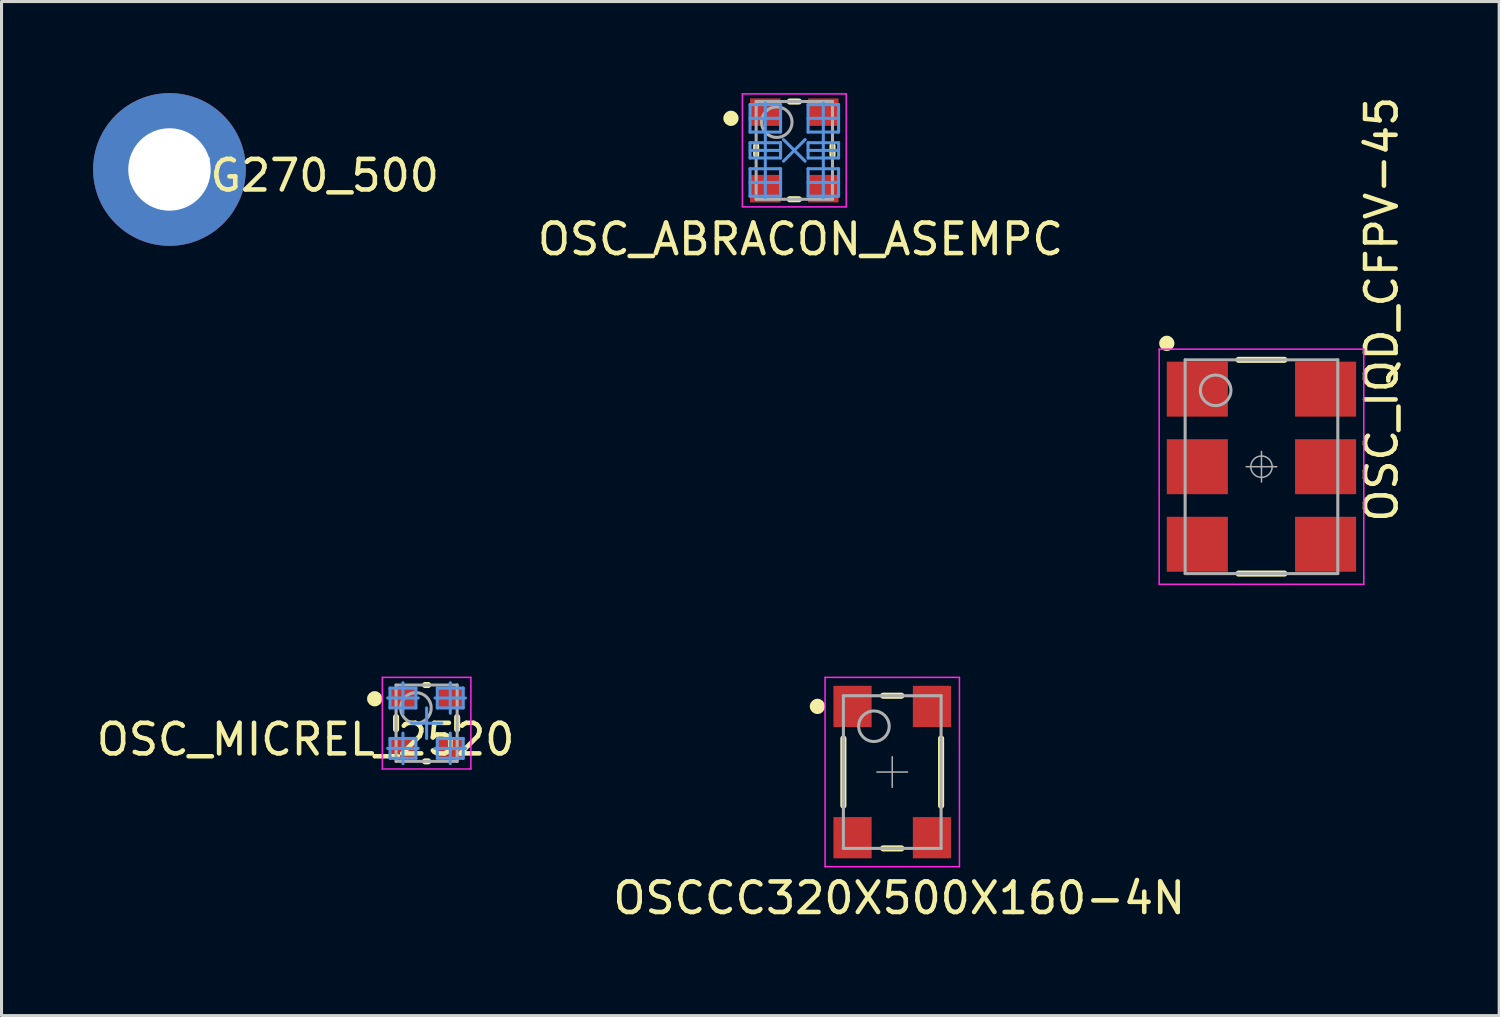
<source format=kicad_pcb>
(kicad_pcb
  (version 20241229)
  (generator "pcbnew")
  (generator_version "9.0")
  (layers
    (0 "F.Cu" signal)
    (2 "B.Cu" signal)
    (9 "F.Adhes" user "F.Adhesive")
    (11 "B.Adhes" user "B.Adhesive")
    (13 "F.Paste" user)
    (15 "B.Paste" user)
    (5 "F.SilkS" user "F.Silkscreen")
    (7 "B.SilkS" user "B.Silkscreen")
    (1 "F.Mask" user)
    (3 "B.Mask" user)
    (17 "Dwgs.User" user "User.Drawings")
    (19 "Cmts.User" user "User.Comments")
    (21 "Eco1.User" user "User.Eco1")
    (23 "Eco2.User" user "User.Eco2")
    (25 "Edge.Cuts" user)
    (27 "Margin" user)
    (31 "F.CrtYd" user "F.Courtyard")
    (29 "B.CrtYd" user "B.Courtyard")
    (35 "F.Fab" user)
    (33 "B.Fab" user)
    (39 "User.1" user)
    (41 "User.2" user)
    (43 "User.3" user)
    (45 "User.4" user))
  (footprint "OSC_IQD_CFPV-45"
    (layer "F.Cu")
    (at 38.262 12.234)
    (property "Reference" "OSC_IQD_CFPV-45" (at 3.937 -5.156 270) (layer "F.SilkS") (effects (font (size 1 1) (thickness 0.15))))
    (attr smd)
    (fp_line (start -0.75 -3.5) (end 0.75 -3.5) (stroke (width 0.2) (type solid)) (layer "F.SilkS"))
    (fp_line (start -0.75 3.5) (end 0.75 3.5) (stroke (width 0.2) (type solid)) (layer "F.SilkS"))
    (fp_circle (center -3.1 -4.04) (end -2.975 -4.04) (stroke (width 0.25) (type solid)) (fill no) (layer "F.SilkS"))
    (fp_line (start -3.35 -3.85) (end 3.35 -3.85) (stroke (width 0.05) (type solid)) (layer "F.CrtYd"))
    (fp_line (start -3.35 3.85) (end -3.35 -3.85) (stroke (width 0.05) (type solid)) (layer "F.CrtYd"))
    (fp_line (start -3.35 3.85) (end 3.35 3.85) (stroke (width 0.05) (type solid)) (layer "F.CrtYd"))
    (fp_line (start 3.35 3.85) (end 3.35 -3.85) (stroke (width 0.05) (type solid)) (layer "F.CrtYd"))
    (fp_line (start -2.5 -3.5) (end 2.5 -3.5) (stroke (width 0.1) (type solid)) (layer "F.Fab"))
    (fp_line (start -2.5 3.5) (end -2.5 -3.5) (stroke (width 0.1) (type solid)) (layer "F.Fab"))
    (fp_line (start -2.5 3.5) (end 2.5 3.5) (stroke (width 0.1) (type solid)) (layer "F.Fab"))
    (fp_line (start -0.5 0) (end 0.5 0) (stroke (width 0.05) (type solid)) (layer "F.Fab"))
    (fp_line (start 0 0.5) (end 0 -0.5) (stroke (width 0.05) (type solid)) (layer "F.Fab"))
    (fp_line (start 2.5 3.5) (end 2.5 -3.5) (stroke (width 0.1) (type solid)) (layer "F.Fab"))
    (fp_circle (center -1.5 -2.5) (end -1 -2.5) (stroke (width 0.1) (type solid)) (fill no) (layer "F.Fab"))
    (fp_circle (center 0 0) (end 0.35 0) (stroke (width 0.05) (type solid)) (fill no) (layer "F.Fab"))
    (pad "1" smd rect (at -2.1 -2.54) (size 2 1.8) (layers "F.Cu" "F.Mask" "F.Paste"))
    (pad "2" smd rect (at -2.1 0) (size 2 1.8) (layers "F.Cu" "F.Mask" "F.Paste"))
    (pad "3" smd rect (at -2.1 2.54) (size 2 1.8) (layers "F.Cu" "F.Mask" "F.Paste"))
    (pad "4" smd rect (at 2.1 2.54) (size 2 1.8) (layers "F.Cu" "F.Mask" "F.Paste"))
    (pad "5" smd rect (at 2.1 0) (size 2 1.8) (layers "F.Cu" "F.Mask" "F.Paste"))
    (pad "6" smd rect (at 2.1 -2.54) (size 2 1.8) (layers "F.Cu" "F.Mask" "F.Paste")))
  (footprint "OSC_MICREL_2520"
    (layer "F.Cu")
    (at 10.921 20.634)
    (property "Reference" "OSC_MICREL_2520" (at -3.962 0.533 0) (layer "F.SilkS") (effects (font (size 1 1) (thickness 0.15))))
    (attr smd)
    (fp_line (start -1 0.2) (end -1 -0.2) (stroke (width 0.2) (type solid)) (layer "F.SilkS"))
    (fp_line (start -0.05 -1.25) (end 0.05 -1.25) (stroke (width 0.2) (type solid)) (layer "F.SilkS"))
    (fp_line (start -0.05 1.25) (end 0.05 1.25) (stroke (width 0.2) (type solid)) (layer "F.SilkS"))
    (fp_line (start 1 0.2) (end 1 -0.2) (stroke (width 0.2) (type solid)) (layer "F.SilkS"))
    (fp_circle (center -1.7 -0.8) (end -1.575 -0.8) (stroke (width 0.25) (type solid)) (fill no) (layer "F.SilkS"))
    (fp_line (start -1.275 -0.825) (end -0.775 -0.825) (stroke (width 0.1) (type solid)) (layer "Cmts.User"))
    (fp_line (start -1.275 0.825) (end -0.775 0.825) (stroke (width 0.1) (type solid)) (layer "Cmts.User"))
    (fp_line (start -1.2 -1.15) (end -0.35 -1.15) (stroke (width 0.1) (type solid)) (layer "Cmts.User"))
    (fp_line (start -1.2 -0.5) (end -1.2 -1.15) (stroke (width 0.1) (type solid)) (layer "Cmts.User"))
    (fp_line (start -1.2 -0.5) (end -0.35 -0.5) (stroke (width 0.1) (type solid)) (layer "Cmts.User"))
    (fp_line (start -1.2 0.5) (end -0.35 0.5) (stroke (width 0.1) (type solid)) (layer "Cmts.User"))
    (fp_line (start -1.2 1.15) (end -1.2 0.5) (stroke (width 0.1) (type solid)) (layer "Cmts.User"))
    (fp_line (start -1.2 1.15) (end -0.35 1.15) (stroke (width 0.1) (type solid)) (layer "Cmts.User"))
    (fp_line (start -0.775 -0.825) (end -0.775 -1.325) (stroke (width 0.1) (type solid)) (layer "Cmts.User"))
    (fp_line (start -0.775 -0.825) (end -0.275 -0.825) (stroke (width 0.1) (type solid)) (layer "Cmts.User"))
    (fp_line (start -0.775 -0.325) (end -0.775 -0.825) (stroke (width 0.1) (type solid)) (layer "Cmts.User"))
    (fp_line (start -0.775 0.825) (end -0.775 0.325) (stroke (width 0.1) (type solid)) (layer "Cmts.User"))
    (fp_line (start -0.775 0.825) (end -0.275 0.825) (stroke (width 0.1) (type solid)) (layer "Cmts.User"))
    (fp_line (start -0.775 1.325) (end -0.775 0.825) (stroke (width 0.1) (type solid)) (layer "Cmts.User"))
    (fp_line (start -0.5 0) (end 0 0) (stroke (width 0.1) (type solid)) (layer "Cmts.User"))
    (fp_line (start -0.35 -0.5) (end -0.35 -1.15) (stroke (width 0.1) (type solid)) (layer "Cmts.User"))
    (fp_line (start -0.35 1.15) (end -0.35 0.5) (stroke (width 0.1) (type solid)) (layer "Cmts.User"))
    (fp_line (start 0 0) (end 0 -0.5) (stroke (width 0.1) (type solid)) (layer "Cmts.User"))
    (fp_line (start 0 0) (end 0.5 0) (stroke (width 0.1) (type solid)) (layer "Cmts.User"))
    (fp_line (start 0 0.5) (end 0 0) (stroke (width 0.1) (type solid)) (layer "Cmts.User"))
    (fp_line (start 0.275 -0.825) (end 0.775 -0.825) (stroke (width 0.1) (type solid)) (layer "Cmts.User"))
    (fp_line (start 0.275 0.825) (end 0.775 0.825) (stroke (width 0.1) (type solid)) (layer "Cmts.User"))
    (fp_line (start 0.35 -1.15) (end 1.2 -1.15) (stroke (width 0.1) (type solid)) (layer "Cmts.User"))
    (fp_line (start 0.35 -0.5) (end 0.35 -1.15) (stroke (width 0.1) (type solid)) (layer "Cmts.User"))
    (fp_line (start 0.35 -0.5) (end 1.2 -0.5) (stroke (width 0.1) (type solid)) (layer "Cmts.User"))
    (fp_line (start 0.35 0.5) (end 1.2 0.5) (stroke (width 0.1) (type solid)) (layer "Cmts.User"))
    (fp_line (start 0.35 1.15) (end 0.35 0.5) (stroke (width 0.1) (type solid)) (layer "Cmts.User"))
    (fp_line (start 0.35 1.15) (end 1.2 1.15) (stroke (width 0.1) (type solid)) (layer "Cmts.User"))
    (fp_line (start 0.775 -0.825) (end 0.775 -1.325) (stroke (width 0.1) (type solid)) (layer "Cmts.User"))
    (fp_line (start 0.775 -0.825) (end 1.275 -0.825) (stroke (width 0.1) (type solid)) (layer "Cmts.User"))
    (fp_line (start 0.775 -0.325) (end 0.775 -0.825) (stroke (width 0.1) (type solid)) (layer "Cmts.User"))
    (fp_line (start 0.775 0.825) (end 0.775 0.325) (stroke (width 0.1) (type solid)) (layer "Cmts.User"))
    (fp_line (start 0.775 0.825) (end 1.275 0.825) (stroke (width 0.1) (type solid)) (layer "Cmts.User"))
    (fp_line (start 0.775 1.325) (end 0.775 0.825) (stroke (width 0.1) (type solid)) (layer "Cmts.User"))
    (fp_line (start 1.2 -0.5) (end 1.2 -1.15) (stroke (width 0.1) (type solid)) (layer "Cmts.User"))
    (fp_line (start 1.2 1.15) (end 1.2 0.5) (stroke (width 0.1) (type solid)) (layer "Cmts.User"))
    (fp_line (start -1.45 -1.5) (end 1.45 -1.5) (stroke (width 0.05) (type solid)) (layer "F.CrtYd"))
    (fp_line (start -1.45 1.5) (end -1.45 -1.5) (stroke (width 0.05) (type solid)) (layer "F.CrtYd"))
    (fp_line (start -1.45 1.5) (end 1.45 1.5) (stroke (width 0.05) (type solid)) (layer "F.CrtYd"))
    (fp_line (start 1.45 1.5) (end 1.45 -1.5) (stroke (width 0.05) (type solid)) (layer "F.CrtYd"))
    (fp_line (start -1 -1.25) (end 1 -1.25) (stroke (width 0.1) (type solid)) (layer "F.Fab"))
    (fp_line (start -1 1.25) (end -1 -1.25) (stroke (width 0.1) (type solid)) (layer "F.Fab"))
    (fp_line (start -1 1.25) (end 1 1.25) (stroke (width 0.1) (type solid)) (layer "F.Fab"))
    (fp_line (start 1 1.25) (end 1 -1.25) (stroke (width 0.1) (type solid)) (layer "F.Fab"))
    (fp_circle (center -0.35 -0.5) (end 0.15 -0.5) (stroke (width 0.1) (type solid)) (fill no) (layer "F.Fab"))
    (pad "1" smd rect (at -0.775 -0.825) (size 0.85 0.65) (layers "F.Cu" "F.Mask" "F.Paste"))
    (pad "2" smd rect (at -0.775 0.825) (size 0.85 0.65) (layers "F.Cu" "F.Mask" "F.Paste"))
    (pad "3" smd rect (at 0.775 0.825) (size 0.85 0.65) (layers "F.Cu" "F.Mask" "F.Paste"))
    (pad "4" smd rect (at 0.775 -0.825) (size 0.85 0.65) (layers "F.Cu" "F.Mask" "F.Paste")))
  (footprint "OSC_ABRACON_ASEMPC"
    (layer "F.Cu")
    (at 22.963 1.875)
    (property "Reference" "OSC_ABRACON_ASEMPC" (at 0.203 2.908 180) (layer "F.SilkS") (effects (font (size 1 1) (thickness 0.15))))
    (attr smd)
    (fp_line (start -1.25 0.15) (end -1.25 -0.15) (stroke (width 0.2) (type solid)) (layer "F.SilkS"))
    (fp_line (start -0.15 -1.6) (end 0.15 -1.6) (stroke (width 0.2) (type solid)) (layer "F.SilkS"))
    (fp_line (start -0.15 1.6) (end 0.15 1.6) (stroke (width 0.2) (type solid)) (layer "F.SilkS"))
    (fp_line (start 1.25 0.15) (end 1.25 -0.15) (stroke (width 0.2) (type solid)) (layer "F.SilkS"))
    (fp_circle (center -2.075 -1.05) (end -1.95 -1.05) (stroke (width 0.25) (type solid)) (fill no) (layer "F.SilkS"))
    (fp_line (start -1.45 -1.5) (end -0.45 -1.5) (stroke (width 0.1) (type solid)) (layer "Cmts.User"))
    (fp_line (start -1.45 -1.05) (end -0.95 -1.05) (stroke (width 0.1) (type solid)) (layer "Cmts.User"))
    (fp_line (start -1.45 -0.6) (end -1.45 -1.5) (stroke (width 0.1) (type solid)) (layer "Cmts.User"))
    (fp_line (start -1.45 -0.6) (end -0.45 -0.6) (stroke (width 0.1) (type solid)) (layer "Cmts.User"))
    (fp_line (start -1.45 -0.25) (end -0.45 -0.25) (stroke (width 0.1) (type solid)) (layer "Cmts.User"))
    (fp_line (start -1.45 0) (end -0.95 0) (stroke (width 0.1) (type solid)) (layer "Cmts.User"))
    (fp_line (start -1.45 0.25) (end -1.45 -0.25) (stroke (width 0.1) (type solid)) (layer "Cmts.User"))
    (fp_line (start -1.45 0.25) (end -0.45 0.25) (stroke (width 0.1) (type solid)) (layer "Cmts.User"))
    (fp_line (start -1.45 0.6) (end -0.45 0.6) (stroke (width 0.1) (type solid)) (layer "Cmts.User"))
    (fp_line (start -1.45 1.05) (end -0.95 1.05) (stroke (width 0.1) (type solid)) (layer "Cmts.User"))
    (fp_line (start -1.45 1.5) (end -1.45 0.6) (stroke (width 0.1) (type solid)) (layer "Cmts.User"))
    (fp_line (start -1.45 1.5) (end -0.45 1.5) (stroke (width 0.1) (type solid)) (layer "Cmts.User"))
    (fp_line (start -0.95 -1.05) (end -0.95 -1.55) (stroke (width 0.1) (type solid)) (layer "Cmts.User"))
    (fp_line (start -0.95 -1.05) (end -0.45 -1.05) (stroke (width 0.1) (type solid)) (layer "Cmts.User"))
    (fp_line (start -0.95 -0.55) (end -0.95 -1.05) (stroke (width 0.1) (type solid)) (layer "Cmts.User"))
    (fp_line (start -0.95 0) (end -0.95 -0.5) (stroke (width 0.1) (type solid)) (layer "Cmts.User"))
    (fp_line (start -0.95 0) (end -0.45 0) (stroke (width 0.1) (type solid)) (layer "Cmts.User"))
    (fp_line (start -0.95 0.5) (end -0.95 0) (stroke (width 0.1) (type solid)) (layer "Cmts.User"))
    (fp_line (start -0.95 1.05) (end -0.95 0.55) (stroke (width 0.1) (type solid)) (layer "Cmts.User"))
    (fp_line (start -0.95 1.05) (end -0.45 1.05) (stroke (width 0.1) (type solid)) (layer "Cmts.User"))
    (fp_line (start -0.95 1.55) (end -0.95 1.05) (stroke (width 0.1) (type solid)) (layer "Cmts.User"))
    (fp_line (start -0.45 -0.6) (end -0.45 -1.5) (stroke (width 0.1) (type solid)) (layer "Cmts.User"))
    (fp_line (start -0.45 0.25) (end -0.45 -0.25) (stroke (width 0.1) (type solid)) (layer "Cmts.User"))
    (fp_line (start -0.45 1.5) (end -0.45 0.6) (stroke (width 0.1) (type solid)) (layer "Cmts.User"))
    (fp_line (start -0.354 -0.354) (end 0 0) (stroke (width 0.1) (type solid)) (layer "Cmts.User"))
    (fp_line (start -0.354 0.354) (end 0 0) (stroke (width 0.1) (type solid)) (layer "Cmts.User"))
    (fp_line (start 0 0) (end 0.354 -0.354) (stroke (width 0.1) (type solid)) (layer "Cmts.User"))
    (fp_line (start 0 0) (end 0.354 0.354) (stroke (width 0.1) (type solid)) (layer "Cmts.User"))
    (fp_line (start 0.45 -1.5) (end 1.45 -1.5) (stroke (width 0.1) (type solid)) (layer "Cmts.User"))
    (fp_line (start 0.45 -1.05) (end 0.95 -1.05) (stroke (width 0.1) (type solid)) (layer "Cmts.User"))
    (fp_line (start 0.45 -0.6) (end 0.45 -1.5) (stroke (width 0.1) (type solid)) (layer "Cmts.User"))
    (fp_line (start 0.45 -0.6) (end 1.45 -0.6) (stroke (width 0.1) (type solid)) (layer "Cmts.User"))
    (fp_line (start 0.45 -0.25) (end 1.45 -0.25) (stroke (width 0.1) (type solid)) (layer "Cmts.User"))
    (fp_line (start 0.45 0) (end 0.95 0) (stroke (width 0.1) (type solid)) (layer "Cmts.User"))
    (fp_line (start 0.45 0.25) (end 0.45 -0.25) (stroke (width 0.1) (type solid)) (layer "Cmts.User"))
    (fp_line (start 0.45 0.25) (end 1.45 0.25) (stroke (width 0.1) (type solid)) (layer "Cmts.User"))
    (fp_line (start 0.45 0.6) (end 1.45 0.6) (stroke (width 0.1) (type solid)) (layer "Cmts.User"))
    (fp_line (start 0.45 1.05) (end 0.95 1.05) (stroke (width 0.1) (type solid)) (layer "Cmts.User"))
    (fp_line (start 0.45 1.5) (end 0.45 0.6) (stroke (width 0.1) (type solid)) (layer "Cmts.User"))
    (fp_line (start 0.45 1.5) (end 1.45 1.5) (stroke (width 0.1) (type solid)) (layer "Cmts.User"))
    (fp_line (start 0.95 -1.05) (end 0.95 -1.55) (stroke (width 0.1) (type solid)) (layer "Cmts.User"))
    (fp_line (start 0.95 -1.05) (end 1.45 -1.05) (stroke (width 0.1) (type solid)) (layer "Cmts.User"))
    (fp_line (start 0.95 -0.55) (end 0.95 -1.05) (stroke (width 0.1) (type solid)) (layer "Cmts.User"))
    (fp_line (start 0.95 0) (end 0.95 -0.5) (stroke (width 0.1) (type solid)) (layer "Cmts.User"))
    (fp_line (start 0.95 0) (end 1.45 0) (stroke (width 0.1) (type solid)) (layer "Cmts.User"))
    (fp_line (start 0.95 0.5) (end 0.95 0) (stroke (width 0.1) (type solid)) (layer "Cmts.User"))
    (fp_line (start 0.95 1.05) (end 0.95 0.55) (stroke (width 0.1) (type solid)) (layer "Cmts.User"))
    (fp_line (start 0.95 1.05) (end 1.45 1.05) (stroke (width 0.1) (type solid)) (layer "Cmts.User"))
    (fp_line (start 0.95 1.55) (end 0.95 1.05) (stroke (width 0.1) (type solid)) (layer "Cmts.User"))
    (fp_line (start 1.45 -0.6) (end 1.45 -1.5) (stroke (width 0.1) (type solid)) (layer "Cmts.User"))
    (fp_line (start 1.45 0.25) (end 1.45 -0.25) (stroke (width 0.1) (type solid)) (layer "Cmts.User"))
    (fp_line (start 1.45 1.5) (end 1.45 0.6) (stroke (width 0.1) (type solid)) (layer "Cmts.User"))
    (fp_line (start -1.7 -1.85) (end 1.7 -1.85) (stroke (width 0.05) (type solid)) (layer "F.CrtYd"))
    (fp_line (start -1.7 1.85) (end -1.7 -1.85) (stroke (width 0.05) (type solid)) (layer "F.CrtYd"))
    (fp_line (start -1.7 1.85) (end 1.7 1.85) (stroke (width 0.05) (type solid)) (layer "F.CrtYd"))
    (fp_line (start 1.7 1.85) (end 1.7 -1.85) (stroke (width 0.05) (type solid)) (layer "F.CrtYd"))
    (fp_line (start -1.25 -1.6) (end 1.25 -1.6) (stroke (width 0.1) (type solid)) (layer "F.Fab"))
    (fp_line (start -1.25 1.6) (end -1.25 -1.6) (stroke (width 0.1) (type solid)) (layer "F.Fab"))
    (fp_line (start -1.25 1.6) (end 1.25 1.6) (stroke (width 0.1) (type solid)) (layer "F.Fab"))
    (fp_line (start 1.25 1.6) (end 1.25 -1.6) (stroke (width 0.1) (type solid)) (layer "F.Fab"))
    (fp_circle (center -0.575 -0.925) (end -0.075 -0.925) (stroke (width 0.1) (type solid)) (fill no) (layer "F.Fab"))
    (pad "1" smd rect (at -0.95 -1.253) (size 1 0.9) (layers "F.Cu" "F.Mask" "F.Paste"))
    (pad "3" smd rect (at -0.95 1.253) (size 1 0.9) (layers "F.Cu" "F.Mask" "F.Paste"))
    (pad "4" smd rect (at 0.95 1.253) (size 1 0.9) (layers "F.Cu" "F.Mask" "F.Paste"))
    (pad "6" smd rect (at 0.95 -1.253) (size 1 0.9) (layers "F.Cu" "F.Mask" "F.Paste")))
  (footprint "OSCCC320X500X160-4N"
    (layer "F.Cu")
    (at 26.17 22.234)
    (property "Reference" "OSCCC320X500X160-4N" (at 0.229 4.128 0) (layer "F.SilkS") (effects (font (size 1 1) (thickness 0.15))))
    (attr smd)
    (fp_line (start -1.6 1.1) (end -1.6 -1.1) (stroke (width 0.2) (type solid)) (layer "F.SilkS"))
    (fp_line (start -0.3 -2.5) (end 0.3 -2.5) (stroke (width 0.2) (type solid)) (layer "F.SilkS"))
    (fp_line (start -0.3 2.5) (end 0.3 2.5) (stroke (width 0.2) (type solid)) (layer "F.SilkS"))
    (fp_line (start 1.6 1.1) (end 1.6 -1.1) (stroke (width 0.2) (type solid)) (layer "F.SilkS"))
    (fp_circle (center -2.45 -2.15) (end -2.325 -2.15) (stroke (width 0.25) (type solid)) (fill no) (layer "F.SilkS"))
    (fp_line (start -2.2 -3.1) (end 2.2 -3.1) (stroke (width 0.05) (type solid)) (layer "F.CrtYd"))
    (fp_line (start -2.2 3.1) (end -2.2 -3.1) (stroke (width 0.05) (type solid)) (layer "F.CrtYd"))
    (fp_line (start -2.2 3.1) (end 2.2 3.1) (stroke (width 0.05) (type solid)) (layer "F.CrtYd"))
    (fp_line (start 2.2 3.1) (end 2.2 -3.1) (stroke (width 0.05) (type solid)) (layer "F.CrtYd"))
    (fp_line (start -1.6 -2.5) (end 1.6 -2.5) (stroke (width 0.1) (type solid)) (layer "F.Fab"))
    (fp_line (start -1.6 2.5) (end -1.6 -2.5) (stroke (width 0.1) (type solid)) (layer "F.Fab"))
    (fp_line (start -1.6 2.5) (end 1.6 2.5) (stroke (width 0.1) (type solid)) (layer "F.Fab"))
    (fp_line (start -0.5 0) (end 0.5 0) (stroke (width 0.05) (type solid)) (layer "F.Fab"))
    (fp_line (start 0 0.5) (end 0 -0.5) (stroke (width 0.05) (type solid)) (layer "F.Fab"))
    (fp_line (start 1.6 2.5) (end 1.6 -2.5) (stroke (width 0.1) (type solid)) (layer "F.Fab"))
    (fp_circle (center -0.6 -1.5) (end -0.1 -1.5) (stroke (width 0.1) (type solid)) (fill no) (layer "F.Fab"))
    (pad "1" smd rect (at -1.3 -2.15 90) (size 1.35 1.25) (layers "F.Cu" "F.Mask" "F.Paste"))
    (pad "2" smd rect (at -1.3 2.15 90) (size 1.35 1.25) (layers "F.Cu" "F.Mask" "F.Paste"))
    (pad "3" smd rect (at 1.3 2.15 90) (size 1.35 1.25) (layers "F.Cu" "F.Mask" "F.Paste"))
    (pad "4" smd rect (at 1.3 -2.15 90) (size 1.35 1.25) (layers "F.Cu" "F.Mask" "F.Paste")))
  (footprint "MTG270_500"
    (layer "F.Cu")
    (at 11.194 6.032)
    (property "Reference" "MTG270_500" (at -4.563 -3.333 0) (layer "F.SilkS") (effects (font (size 1 1) (thickness 0.15))))
    (attr through_hole)
    (pad "1" thru_hole circle (at -8.694 -3.532) (size 5 5) (drill 2.7) (layers "*.Cu" "*.Mask")))
  (gr_rect
    (start -3 -3)
    (end 46.047 30.209)
    (stroke (width 0.1) (type default))
    (fill no)
    (layer "Edge.Cuts")))
</source>
